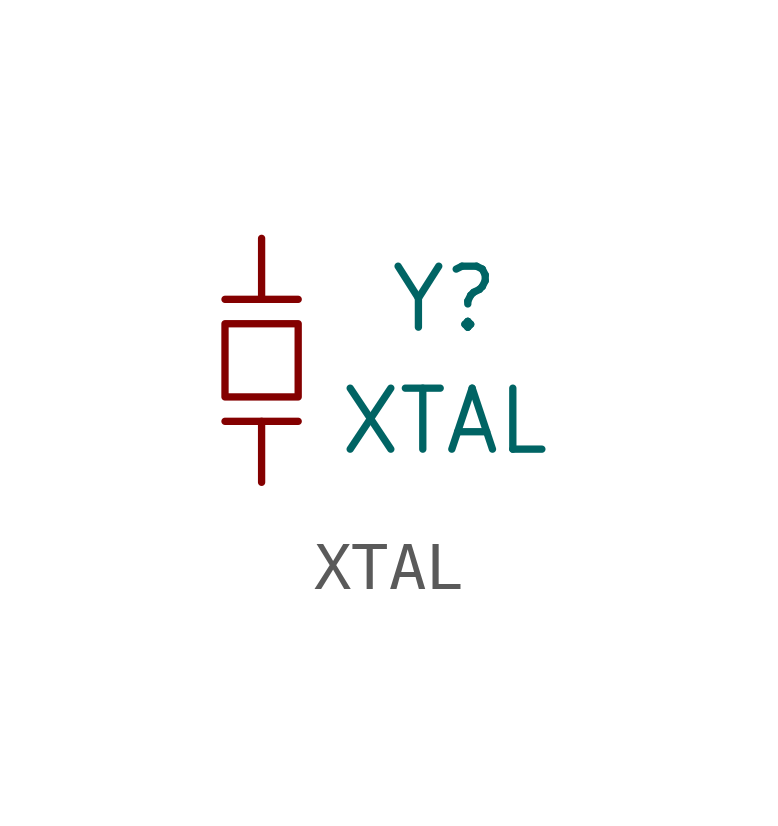
<source format=kicad_sym>
(kicad_symbol_lib
  (version 20211014)
  (generator kicad_symbol_editor)
  (symbol "XTAL"
    (pin_numbers hide)
    (pin_names
      (offset 1.016) hide)
    (property "Reference" "Y"
      (at 3.81 1.27 0)
      (effects (font (size 1.27 1.27))))
    (property "Value" "XTAL"
      (at 3.81 -1.27 0)
      (effects (font (size 1.27 1.27))))
    (symbol "XTAL_0_1"
      (polyline (pts (xy -0.762 1.27) (xy 0.762 1.27)) (stroke (width 0) (type default) (color 0 0 0 0)) (fill (type none)))
      (polyline (pts (xy 0.762 -1.27) (xy -0.762 -1.27)) (stroke (width 0) (type default) (color 0 0 0 0)) (fill (type none)))
      (polyline (pts (xy -0.762 0.762) (xy 0.762 0.762) (xy 0.762 -0.762) (xy -0.762 -0.762) (xy -0.762 0.762)) (stroke (width 0) (type default) (color 0 0 0 0)) (fill (type none))))
    (symbol "XTAL_1_1"
      (pin passive line (at 0 -2.54 90) (length 1.27) (name "~" (effects (font (size 1.27 1.27)))) (number "1" (effects (font (size 1.27 1.27)))))
      (pin passive line (at 0 2.54 270) (length 1.27) (name "~" (effects (font (size 1.27 1.27)))) (number "2" (effects (font (size 1.27 1.27))))))))
</source>
